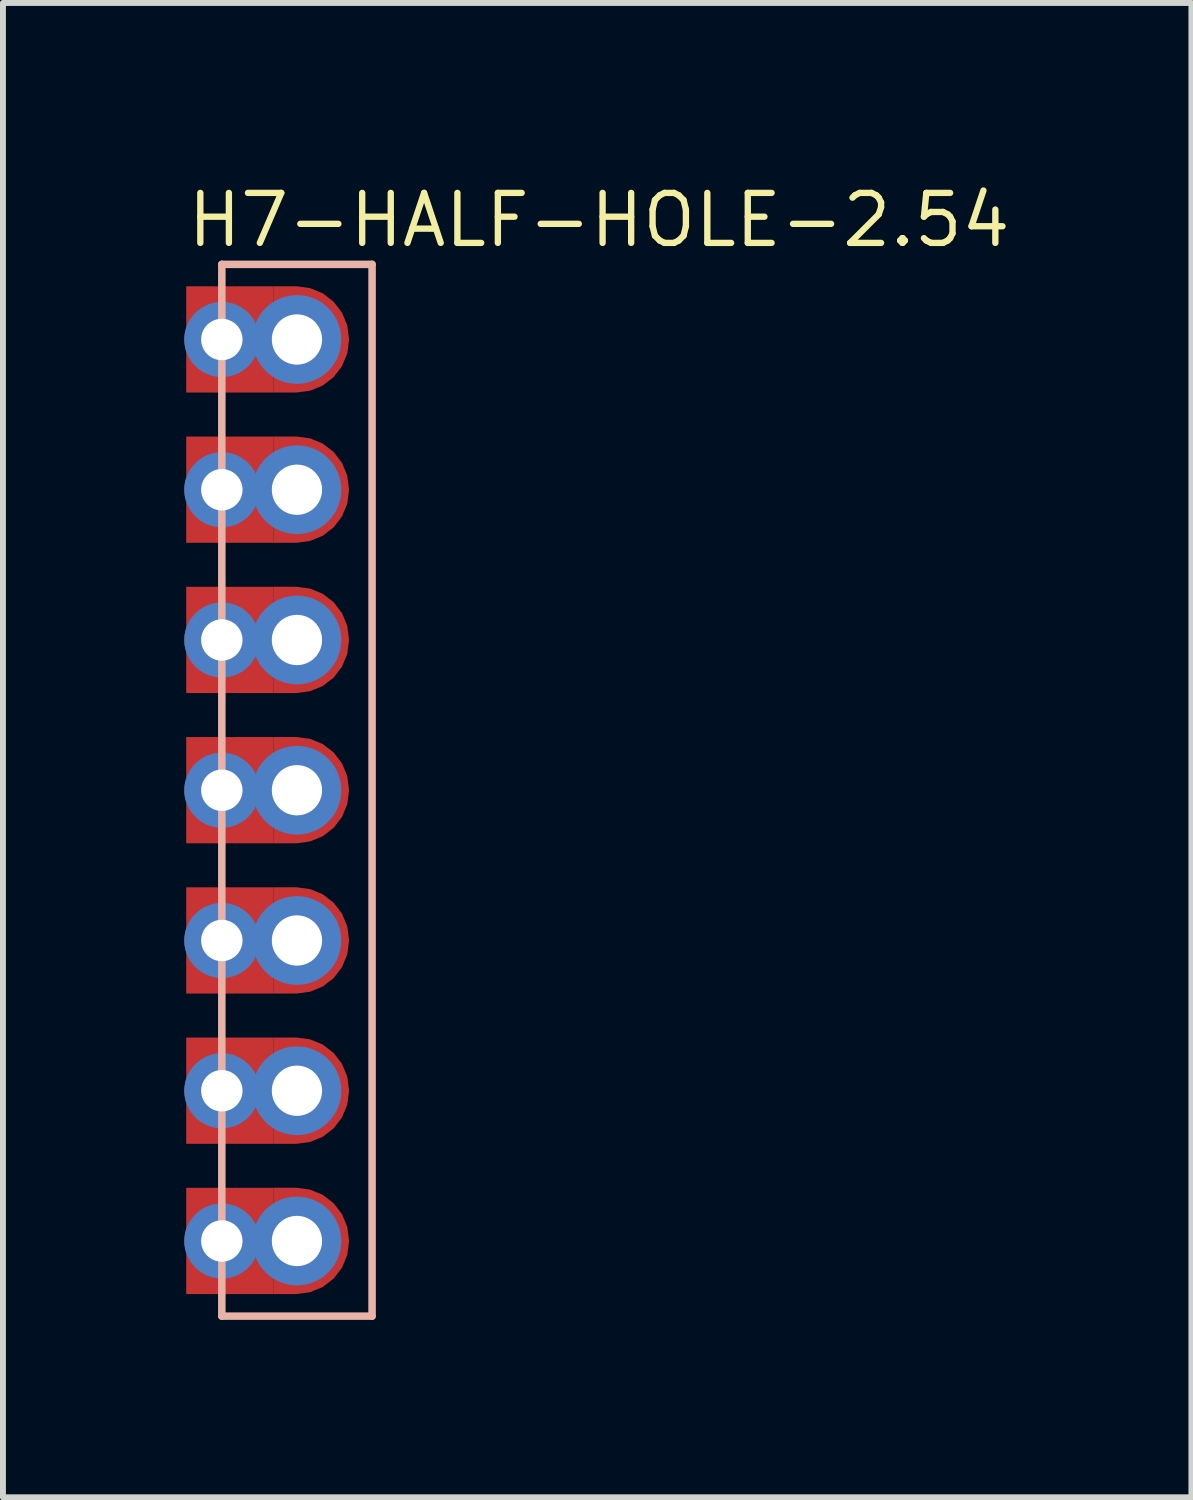
<source format=kicad_pcb>
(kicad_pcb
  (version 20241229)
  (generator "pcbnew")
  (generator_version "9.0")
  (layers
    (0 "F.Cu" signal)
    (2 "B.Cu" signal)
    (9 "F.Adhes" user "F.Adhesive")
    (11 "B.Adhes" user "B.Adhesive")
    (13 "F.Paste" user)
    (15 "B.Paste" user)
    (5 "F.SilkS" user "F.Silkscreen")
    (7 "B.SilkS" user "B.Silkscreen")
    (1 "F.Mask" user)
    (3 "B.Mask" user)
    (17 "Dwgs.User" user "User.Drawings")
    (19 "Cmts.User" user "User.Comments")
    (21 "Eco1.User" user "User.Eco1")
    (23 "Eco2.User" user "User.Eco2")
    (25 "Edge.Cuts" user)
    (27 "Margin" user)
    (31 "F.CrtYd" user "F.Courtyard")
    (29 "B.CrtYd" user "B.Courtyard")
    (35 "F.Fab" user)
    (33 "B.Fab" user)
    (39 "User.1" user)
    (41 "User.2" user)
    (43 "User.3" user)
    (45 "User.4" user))
  (footprint "H7-HALF-HOLE-2.54"
    (layer "F.Cu")
    (at 1.97 10.309)
    (property "Reference" "H7-HALF-HOLE-2.54" (at -1.905 -9.144 0) (layer "F.SilkS") (effects (font (size 0.845 0.845) (thickness 0.107)) (justify left bottom)))
    (attr through_hole)
    (fp_poly (pts (xy -0.391 -8.519) (xy -1.872 -8.519) (xy -1.872 -6.723) (xy -0.392 -6.723) (xy -0.392 -8.519)) (stroke (width 0) (type solid)) (fill yes) (layer "F.Cu"))
    (fp_poly (pts (xy -0.391 -5.979) (xy -1.872 -5.979) (xy -1.872 -4.183) (xy -0.392 -4.183) (xy -0.392 -5.979)) (stroke (width 0) (type solid)) (fill yes) (layer "F.Cu"))
    (fp_poly (pts (xy -0.391 -3.439) (xy -1.872 -3.439) (xy -1.872 -1.643) (xy -0.392 -1.643) (xy -0.392 -3.439)) (stroke (width 0) (type solid)) (fill yes) (layer "F.Cu"))
    (fp_poly (pts (xy -0.391 -0.899) (xy -1.872 -0.899) (xy -1.872 0.897) (xy -0.392 0.897) (xy -0.392 -0.899)) (stroke (width 0) (type solid)) (fill yes) (layer "F.Cu"))
    (fp_poly (pts (xy -0.391 1.641) (xy -1.872 1.641) (xy -1.872 3.437) (xy -0.392 3.437) (xy -0.392 1.641)) (stroke (width 0) (type solid)) (fill yes) (layer "F.Cu"))
    (fp_poly (pts (xy -0.391 4.181) (xy -1.872 4.181) (xy -1.872 5.977) (xy -0.392 5.977) (xy -0.392 4.181)) (stroke (width 0) (type solid)) (fill yes) (layer "F.Cu"))
    (fp_poly (pts (xy -0.391 6.721) (xy -1.872 6.721) (xy -1.872 8.517) (xy -0.392 8.517) (xy -0.392 6.721)) (stroke (width 0) (type solid)) (fill yes) (layer "F.Cu"))
    (fp_poly (pts (xy -0.392 -8.52) (xy -0.009 -8.52) (xy -0.009 -8.52) (xy 0.221 -8.489) (xy 0.436 -8.401) (xy 0.62 -8.259) (xy 0.761 -8.075) (xy 0.85 -7.861) (xy 0.88 -7.631) (xy 0.88 -7.612) (xy 0.85 -7.382) (xy 0.761 -7.168) (xy 0.62 -6.984) (xy 0.436 -6.842) (xy 0.221 -6.754) (xy -0.009 -6.723) (xy -0.392 -6.723) (xy -0.392 -8.518) (xy -0.394 -8.518)) (stroke (width 0) (type solid)) (fill yes) (layer "F.Cu"))
    (fp_poly (pts (xy -0.392 -5.98) (xy -0.009 -5.98) (xy -0.009 -5.98) (xy 0.221 -5.949) (xy 0.436 -5.861) (xy 0.62 -5.719) (xy 0.761 -5.535) (xy 0.85 -5.321) (xy 0.88 -5.091) (xy 0.88 -5.072) (xy 0.85 -4.842) (xy 0.761 -4.628) (xy 0.62 -4.444) (xy 0.436 -4.302) (xy 0.221 -4.214) (xy -0.009 -4.183) (xy -0.392 -4.183) (xy -0.392 -5.978) (xy -0.394 -5.978)) (stroke (width 0) (type solid)) (fill yes) (layer "F.Cu"))
    (fp_poly (pts (xy -0.392 -3.44) (xy -0.009 -3.44) (xy -0.009 -3.44) (xy 0.221 -3.409) (xy 0.436 -3.321) (xy 0.62 -3.179) (xy 0.761 -2.995) (xy 0.85 -2.781) (xy 0.88 -2.551) (xy 0.88 -2.532) (xy 0.85 -2.302) (xy 0.761 -2.088) (xy 0.62 -1.904) (xy 0.436 -1.762) (xy 0.221 -1.674) (xy -0.009 -1.643) (xy -0.392 -1.643) (xy -0.392 -3.438) (xy -0.394 -3.438)) (stroke (width 0) (type solid)) (fill yes) (layer "F.Cu"))
    (fp_poly (pts (xy -0.392 1.64) (xy -0.009 1.64) (xy 0.221 1.671) (xy 0.436 1.759) (xy 0.62 1.901) (xy 0.761 2.085) (xy 0.85 2.299) (xy 0.88 2.529) (xy 0.88 2.548) (xy 0.88 2.548) (xy 0.85 2.778) (xy 0.761 2.992) (xy 0.62 3.176) (xy 0.436 3.318) (xy 0.221 3.406) (xy -0.009 3.437) (xy -0.392 3.437) (xy -0.392 1.642) (xy -0.394 1.642)) (stroke (width 0) (type solid)) (fill yes) (layer "F.Cu"))
    (fp_poly (pts (xy -0.392 4.18) (xy -0.009 4.18) (xy 0.221 4.211) (xy 0.436 4.299) (xy 0.62 4.441) (xy 0.761 4.625) (xy 0.85 4.839) (xy 0.88 5.069) (xy 0.88 5.088) (xy 0.88 5.088) (xy 0.85 5.318) (xy 0.761 5.532) (xy 0.62 5.716) (xy 0.436 5.858) (xy 0.221 5.946) (xy -0.009 5.977) (xy -0.392 5.977) (xy -0.392 4.182) (xy -0.394 4.182)) (stroke (width 0) (type solid)) (fill yes) (layer "F.Cu"))
    (fp_poly (pts (xy -0.392 6.72) (xy -0.009 6.72) (xy 0.221 6.751) (xy 0.436 6.839) (xy 0.62 6.981) (xy 0.761 7.165) (xy 0.85 7.379) (xy 0.88 7.609) (xy 0.88 7.628) (xy 0.88 7.628) (xy 0.85 7.858) (xy 0.761 8.072) (xy 0.62 8.256) (xy 0.436 8.398) (xy 0.221 8.486) (xy -0.009 8.517) (xy -0.392 8.517) (xy -0.392 6.722) (xy -0.394 6.722)) (stroke (width 0) (type solid)) (fill yes) (layer "F.Cu"))
    (fp_poly (pts (xy -0.392 -0.9) (xy -0.009 -0.9) (xy -0.009 -0.9) (xy 0.221 -0.869) (xy 0.436 -0.781) (xy 0.62 -0.639) (xy 0.761 -0.455) (xy 0.85 -0.241) (xy 0.88 -0.011) (xy 0.88 0.008) (xy 0.88 0.008) (xy 0.85 0.238) (xy 0.761 0.452) (xy 0.62 0.636) (xy 0.436 0.778) (xy 0.221 0.866) (xy -0.009 0.897) (xy -0.392 0.897) (xy -0.392 -0.898) (xy -0.394 -0.898)) (stroke (width 0) (type solid)) (fill yes) (layer "F.Cu"))
    (fp_poly (pts (xy -0.436 -8.621) (xy -1.97 -8.621) (xy -1.97 -6.626) (xy -0.435 -6.626) (xy -0.435 -8.618)) (stroke (width 0) (type solid)) (fill yes) (layer "F.Mask"))
    (fp_poly (pts (xy -0.436 -6.081) (xy -1.97 -6.081) (xy -1.97 -4.086) (xy -0.435 -4.086) (xy -0.435 -6.078)) (stroke (width 0) (type solid)) (fill yes) (layer "F.Mask"))
    (fp_poly (pts (xy -0.436 -3.541) (xy -1.97 -3.541) (xy -1.97 -1.546) (xy -0.435 -1.546) (xy -0.435 -3.538)) (stroke (width 0) (type solid)) (fill yes) (layer "F.Mask"))
    (fp_poly (pts (xy -0.436 -1.001) (xy -1.97 -1.001) (xy -1.97 0.994) (xy -0.435 0.994) (xy -0.435 -0.998)) (stroke (width 0) (type solid)) (fill yes) (layer "F.Mask"))
    (fp_poly (pts (xy -0.436 1.539) (xy -1.97 1.539) (xy -1.97 3.534) (xy -0.435 3.534) (xy -0.435 1.542)) (stroke (width 0) (type solid)) (fill yes) (layer "F.Mask"))
    (fp_poly (pts (xy -0.436 4.079) (xy -1.97 4.079) (xy -1.97 6.074) (xy -0.435 6.074) (xy -0.435 4.082)) (stroke (width 0) (type solid)) (fill yes) (layer "F.Mask"))
    (fp_poly (pts (xy -0.436 6.619) (xy -1.97 6.619) (xy -1.97 8.614) (xy -0.435 8.614) (xy -0.435 6.622)) (stroke (width 0) (type solid)) (fill yes) (layer "F.Mask"))
    (fp_poly (pts (xy -0.436 -8.622) (xy 0.093 -8.622) (xy 0.093 -8.622) (xy 0.323 -8.592) (xy 0.537 -8.503) (xy 0.721 -8.362) (xy 0.863 -8.178) (xy 0.951 -7.963) (xy 0.982 -7.733) (xy 0.982 -7.509) (xy 0.982 -7.509) (xy 0.951 -7.279) (xy 0.863 -7.065) (xy 0.721 -6.881) (xy 0.537 -6.74) (xy 0.323 -6.651) (xy 0.093 -6.62) (xy -0.437 -6.62) (xy -0.437 -8.608)) (stroke (width 0) (type solid)) (fill yes) (layer "F.Mask"))
    (fp_poly (pts (xy -0.436 -6.082) (xy 0.093 -6.082) (xy 0.093 -6.082) (xy 0.323 -6.052) (xy 0.537 -5.963) (xy 0.721 -5.822) (xy 0.863 -5.638) (xy 0.951 -5.423) (xy 0.982 -5.193) (xy 0.982 -4.969) (xy 0.982 -4.969) (xy 0.951 -4.739) (xy 0.863 -4.525) (xy 0.721 -4.341) (xy 0.537 -4.2) (xy 0.323 -4.111) (xy 0.093 -4.08) (xy -0.437 -4.08) (xy -0.437 -6.068)) (stroke (width 0) (type solid)) (fill yes) (layer "F.Mask"))
    (fp_poly (pts (xy -0.436 -3.542) (xy 0.093 -3.542) (xy 0.093 -3.542) (xy 0.323 -3.512) (xy 0.537 -3.423) (xy 0.721 -3.282) (xy 0.863 -3.098) (xy 0.951 -2.883) (xy 0.982 -2.653) (xy 0.982 -2.429) (xy 0.982 -2.429) (xy 0.951 -2.199) (xy 0.863 -1.985) (xy 0.721 -1.801) (xy 0.537 -1.66) (xy 0.323 -1.571) (xy 0.093 -1.54) (xy -0.437 -1.54) (xy -0.437 -3.528)) (stroke (width 0) (type solid)) (fill yes) (layer "F.Mask"))
    (fp_poly (pts (xy -0.436 -1.002) (xy 0.093 -1.002) (xy 0.093 -1.002) (xy 0.323 -0.972) (xy 0.537 -0.883) (xy 0.721 -0.742) (xy 0.863 -0.557) (xy 0.951 -0.343) (xy 0.982 -0.113) (xy 0.982 0.111) (xy 0.982 0.111) (xy 0.951 0.341) (xy 0.863 0.555) (xy 0.721 0.739) (xy 0.537 0.88) (xy 0.323 0.969) (xy 0.093 1) (xy -0.437 1) (xy -0.437 -0.988)) (stroke (width 0) (type solid)) (fill yes) (layer "F.Mask"))
    (fp_poly (pts (xy -0.436 1.538) (xy 0.093 1.538) (xy 0.093 1.538) (xy 0.323 1.568) (xy 0.537 1.657) (xy 0.721 1.798) (xy 0.863 1.982) (xy 0.951 2.197) (xy 0.982 2.427) (xy 0.982 2.651) (xy 0.982 2.651) (xy 0.951 2.881) (xy 0.863 3.095) (xy 0.721 3.279) (xy 0.537 3.42) (xy 0.323 3.509) (xy 0.093 3.54) (xy -0.437 3.54) (xy -0.437 1.552)) (stroke (width 0) (type solid)) (fill yes) (layer "F.Mask"))
    (fp_poly (pts (xy -0.436 4.078) (xy 0.093 4.078) (xy 0.093 4.078) (xy 0.323 4.108) (xy 0.537 4.197) (xy 0.721 4.338) (xy 0.863 4.522) (xy 0.951 4.737) (xy 0.982 4.967) (xy 0.982 5.191) (xy 0.982 5.191) (xy 0.951 5.421) (xy 0.863 5.635) (xy 0.721 5.819) (xy 0.537 5.96) (xy 0.323 6.049) (xy 0.093 6.08) (xy -0.437 6.08) (xy -0.437 4.092)) (stroke (width 0) (type solid)) (fill yes) (layer "F.Mask"))
    (fp_poly (pts (xy -0.436 6.618) (xy 0.093 6.618) (xy 0.093 6.618) (xy 0.323 6.648) (xy 0.537 6.737) (xy 0.721 6.878) (xy 0.863 7.062) (xy 0.951 7.277) (xy 0.982 7.507) (xy 0.982 7.731) (xy 0.982 7.731) (xy 0.951 7.961) (xy 0.863 8.175) (xy 0.721 8.359) (xy 0.537 8.5) (xy 0.323 8.589) (xy 0.093 8.62) (xy -0.437 8.62) (xy -0.437 6.632)) (stroke (width 0) (type solid)) (fill yes) (layer "F.Mask"))
    (fp_poly (pts (xy -0.436 -8.621) (xy -1.97 -8.621) (xy -1.97 -6.626) (xy -0.435 -6.626) (xy -0.435 -8.618)) (stroke (width 0) (type solid)) (fill yes) (layer "B.Mask"))
    (fp_poly (pts (xy -0.436 -6.081) (xy -1.97 -6.081) (xy -1.97 -4.086) (xy -0.435 -4.086) (xy -0.435 -6.078)) (stroke (width 0) (type solid)) (fill yes) (layer "B.Mask"))
    (fp_poly (pts (xy -0.436 -3.541) (xy -1.97 -3.541) (xy -1.97 -1.546) (xy -0.435 -1.546) (xy -0.435 -3.538)) (stroke (width 0) (type solid)) (fill yes) (layer "B.Mask"))
    (fp_poly (pts (xy -0.436 -1.001) (xy -1.97 -1.001) (xy -1.97 0.994) (xy -0.435 0.994) (xy -0.435 -0.998)) (stroke (width 0) (type solid)) (fill yes) (layer "B.Mask"))
    (fp_poly (pts (xy -0.436 1.539) (xy -1.97 1.539) (xy -1.97 3.534) (xy -0.435 3.534) (xy -0.435 1.542)) (stroke (width 0) (type solid)) (fill yes) (layer "B.Mask"))
    (fp_poly (pts (xy -0.436 4.079) (xy -1.97 4.079) (xy -1.97 6.074) (xy -0.435 6.074) (xy -0.435 4.082)) (stroke (width 0) (type solid)) (fill yes) (layer "B.Mask"))
    (fp_poly (pts (xy -0.436 6.619) (xy -1.97 6.619) (xy -1.97 8.614) (xy -0.435 8.614) (xy -0.435 6.622)) (stroke (width 0) (type solid)) (fill yes) (layer "B.Mask"))
    (fp_poly (pts (xy -0.436 -8.622) (xy 0.093 -8.622) (xy 0.093 -8.622) (xy 0.323 -8.592) (xy 0.537 -8.503) (xy 0.721 -8.362) (xy 0.863 -8.178) (xy 0.951 -7.963) (xy 0.982 -7.733) (xy 0.982 -7.509) (xy 0.982 -7.509) (xy 0.951 -7.279) (xy 0.863 -7.065) (xy 0.721 -6.881) (xy 0.537 -6.74) (xy 0.323 -6.651) (xy 0.093 -6.62) (xy -0.437 -6.62) (xy -0.437 -8.608)) (stroke (width 0) (type solid)) (fill yes) (layer "B.Mask"))
    (fp_poly (pts (xy -0.436 -6.082) (xy 0.093 -6.082) (xy 0.093 -6.082) (xy 0.323 -6.052) (xy 0.537 -5.963) (xy 0.721 -5.822) (xy 0.863 -5.638) (xy 0.951 -5.423) (xy 0.982 -5.193) (xy 0.982 -4.969) (xy 0.982 -4.969) (xy 0.951 -4.739) (xy 0.863 -4.525) (xy 0.721 -4.341) (xy 0.537 -4.2) (xy 0.323 -4.111) (xy 0.093 -4.08) (xy -0.437 -4.08) (xy -0.437 -6.068)) (stroke (width 0) (type solid)) (fill yes) (layer "B.Mask"))
    (fp_poly (pts (xy -0.436 -3.542) (xy 0.093 -3.542) (xy 0.093 -3.542) (xy 0.323 -3.512) (xy 0.537 -3.423) (xy 0.721 -3.282) (xy 0.863 -3.098) (xy 0.951 -2.883) (xy 0.982 -2.653) (xy 0.982 -2.429) (xy 0.982 -2.429) (xy 0.951 -2.199) (xy 0.863 -1.985) (xy 0.721 -1.801) (xy 0.537 -1.66) (xy 0.323 -1.571) (xy 0.093 -1.54) (xy -0.437 -1.54) (xy -0.437 -3.528)) (stroke (width 0) (type solid)) (fill yes) (layer "B.Mask"))
    (fp_poly (pts (xy -0.436 -1.002) (xy 0.093 -1.002) (xy 0.093 -1.002) (xy 0.323 -0.972) (xy 0.537 -0.883) (xy 0.721 -0.742) (xy 0.863 -0.557) (xy 0.951 -0.343) (xy 0.982 -0.113) (xy 0.982 0.111) (xy 0.982 0.111) (xy 0.951 0.341) (xy 0.863 0.555) (xy 0.721 0.739) (xy 0.537 0.88) (xy 0.323 0.969) (xy 0.093 1) (xy -0.437 1) (xy -0.437 -0.988)) (stroke (width 0) (type solid)) (fill yes) (layer "B.Mask"))
    (fp_poly (pts (xy -0.436 1.538) (xy 0.093 1.538) (xy 0.093 1.538) (xy 0.323 1.568) (xy 0.537 1.657) (xy 0.721 1.798) (xy 0.863 1.982) (xy 0.951 2.197) (xy 0.982 2.427) (xy 0.982 2.651) (xy 0.982 2.651) (xy 0.951 2.881) (xy 0.863 3.095) (xy 0.721 3.279) (xy 0.537 3.42) (xy 0.323 3.509) (xy 0.093 3.54) (xy -0.437 3.54) (xy -0.437 1.552)) (stroke (width 0) (type solid)) (fill yes) (layer "B.Mask"))
    (fp_poly (pts (xy -0.436 4.078) (xy 0.093 4.078) (xy 0.093 4.078) (xy 0.323 4.108) (xy 0.537 4.197) (xy 0.721 4.338) (xy 0.863 4.522) (xy 0.951 4.737) (xy 0.982 4.967) (xy 0.982 5.191) (xy 0.982 5.191) (xy 0.951 5.421) (xy 0.863 5.635) (xy 0.721 5.819) (xy 0.537 5.96) (xy 0.323 6.049) (xy 0.093 6.08) (xy -0.437 6.08) (xy -0.437 4.092)) (stroke (width 0) (type solid)) (fill yes) (layer "B.Mask"))
    (fp_poly (pts (xy -0.436 6.618) (xy 0.093 6.618) (xy 0.093 6.618) (xy 0.323 6.648) (xy 0.537 6.737) (xy 0.721 6.878) (xy 0.863 7.062) (xy 0.951 7.277) (xy 0.982 7.507) (xy 0.982 7.731) (xy 0.982 7.731) (xy 0.951 7.961) (xy 0.863 8.175) (xy 0.721 8.359) (xy 0.537 8.5) (xy 0.323 8.589) (xy 0.093 8.62) (xy -0.437 8.62) (xy -0.437 6.632)) (stroke (width 0) (type solid)) (fill yes) (layer "B.Mask"))
    (fp_poly (pts (xy -0.391 -8.519) (xy -1.872 -8.519) (xy -1.872 -6.723) (xy -0.392 -6.723) (xy -0.392 -8.519)) (stroke (width 0) (type solid)) (fill yes) (layer "In1.Cu"))
    (fp_poly (pts (xy -0.391 -5.979) (xy -1.872 -5.979) (xy -1.872 -4.183) (xy -0.392 -4.183) (xy -0.392 -5.979)) (stroke (width 0) (type solid)) (fill yes) (layer "In1.Cu"))
    (fp_poly (pts (xy -0.391 -3.439) (xy -1.872 -3.439) (xy -1.872 -1.643) (xy -0.392 -1.643) (xy -0.392 -3.439)) (stroke (width 0) (type solid)) (fill yes) (layer "In1.Cu"))
    (fp_poly (pts (xy -0.391 -0.899) (xy -1.872 -0.899) (xy -1.872 0.897) (xy -0.392 0.897) (xy -0.392 -0.899)) (stroke (width 0) (type solid)) (fill yes) (layer "In1.Cu"))
    (fp_poly (pts (xy -0.391 1.641) (xy -1.872 1.641) (xy -1.872 3.437) (xy -0.392 3.437) (xy -0.392 1.641)) (stroke (width 0) (type solid)) (fill yes) (layer "In1.Cu"))
    (fp_poly (pts (xy -0.391 4.181) (xy -1.872 4.181) (xy -1.872 5.977) (xy -0.392 5.977) (xy -0.392 4.181)) (stroke (width 0) (type solid)) (fill yes) (layer "In1.Cu"))
    (fp_poly (pts (xy -0.391 6.721) (xy -1.872 6.721) (xy -1.872 8.517) (xy -0.392 8.517) (xy -0.392 6.721)) (stroke (width 0) (type solid)) (fill yes) (layer "In1.Cu"))
    (fp_poly (pts (xy -0.392 -8.52) (xy -0.009 -8.52) (xy -0.009 -8.52) (xy 0.221 -8.489) (xy 0.436 -8.401) (xy 0.62 -8.259) (xy 0.761 -8.075) (xy 0.85 -7.861) (xy 0.88 -7.631) (xy 0.88 -7.612) (xy 0.85 -7.382) (xy 0.761 -7.168) (xy 0.62 -6.984) (xy 0.436 -6.842) (xy 0.221 -6.754) (xy -0.009 -6.723) (xy -0.392 -6.723) (xy -0.392 -8.518) (xy -0.394 -8.518)) (stroke (width 0) (type solid)) (fill yes) (layer "In1.Cu"))
    (fp_poly (pts (xy -0.392 -5.98) (xy -0.009 -5.98) (xy -0.009 -5.98) (xy 0.221 -5.949) (xy 0.436 -5.861) (xy 0.62 -5.719) (xy 0.761 -5.535) (xy 0.85 -5.321) (xy 0.88 -5.091) (xy 0.88 -5.072) (xy 0.85 -4.842) (xy 0.761 -4.628) (xy 0.62 -4.444) (xy 0.436 -4.302) (xy 0.221 -4.214) (xy -0.009 -4.183) (xy -0.392 -4.183) (xy -0.392 -5.978) (xy -0.394 -5.978)) (stroke (width 0) (type solid)) (fill yes) (layer "In1.Cu"))
    (fp_poly (pts (xy -0.392 -3.44) (xy -0.009 -3.44) (xy -0.009 -3.44) (xy 0.221 -3.409) (xy 0.436 -3.321) (xy 0.62 -3.179) (xy 0.761 -2.995) (xy 0.85 -2.781) (xy 0.88 -2.551) (xy 0.88 -2.532) (xy 0.85 -2.302) (xy 0.761 -2.088) (xy 0.62 -1.904) (xy 0.436 -1.762) (xy 0.221 -1.674) (xy -0.009 -1.643) (xy -0.392 -1.643) (xy -0.392 -3.438) (xy -0.394 -3.438)) (stroke (width 0) (type solid)) (fill yes) (layer "In1.Cu"))
    (fp_poly (pts (xy -0.392 1.64) (xy -0.009 1.64) (xy 0.221 1.671) (xy 0.436 1.759) (xy 0.62 1.901) (xy 0.761 2.085) (xy 0.85 2.299) (xy 0.88 2.529) (xy 0.88 2.548) (xy 0.88 2.548) (xy 0.85 2.778) (xy 0.761 2.992) (xy 0.62 3.176) (xy 0.436 3.318) (xy 0.221 3.406) (xy -0.009 3.437) (xy -0.392 3.437) (xy -0.392 1.642) (xy -0.394 1.642)) (stroke (width 0) (type solid)) (fill yes) (layer "In1.Cu"))
    (fp_poly (pts (xy -0.392 4.18) (xy -0.009 4.18) (xy 0.221 4.211) (xy 0.436 4.299) (xy 0.62 4.441) (xy 0.761 4.625) (xy 0.85 4.839) (xy 0.88 5.069) (xy 0.88 5.088) (xy 0.88 5.088) (xy 0.85 5.318) (xy 0.761 5.532) (xy 0.62 5.716) (xy 0.436 5.858) (xy 0.221 5.946) (xy -0.009 5.977) (xy -0.392 5.977) (xy -0.392 4.182) (xy -0.394 4.182)) (stroke (width 0) (type solid)) (fill yes) (layer "In1.Cu"))
    (fp_poly (pts (xy -0.392 6.72) (xy -0.009 6.72) (xy 0.221 6.751) (xy 0.436 6.839) (xy 0.62 6.981) (xy 0.761 7.165) (xy 0.85 7.379) (xy 0.88 7.609) (xy 0.88 7.628) (xy 0.88 7.628) (xy 0.85 7.858) (xy 0.761 8.072) (xy 0.62 8.256) (xy 0.436 8.398) (xy 0.221 8.486) (xy -0.009 8.517) (xy -0.392 8.517) (xy -0.392 6.722) (xy -0.394 6.722)) (stroke (width 0) (type solid)) (fill yes) (layer "In1.Cu"))
    (fp_poly (pts (xy -0.392 -0.9) (xy -0.009 -0.9) (xy -0.009 -0.9) (xy 0.221 -0.869) (xy 0.436 -0.781) (xy 0.62 -0.639) (xy 0.761 -0.455) (xy 0.85 -0.241) (xy 0.88 -0.011) (xy 0.88 0.008) (xy 0.88 0.008) (xy 0.85 0.238) (xy 0.761 0.452) (xy 0.62 0.636) (xy 0.436 0.778) (xy 0.221 0.866) (xy -0.009 0.897) (xy -0.392 0.897) (xy -0.392 -0.898) (xy -0.394 -0.898)) (stroke (width 0) (type solid)) (fill yes) (layer "In1.Cu"))
    (fp_line (start -1.27 -8.89) (end 1.27 -8.89) (stroke (width 0.127) (type solid)) (layer "B.SilkS"))
    (fp_line (start -1.27 8.89) (end -1.27 -8.89) (stroke (width 0.127) (type solid)) (layer "B.SilkS"))
    (fp_line (start 1.27 -8.89) (end 1.27 8.89) (stroke (width 0.127) (type solid)) (layer "B.SilkS"))
    (fp_line (start 1.27 8.89) (end -1.27 8.89) (stroke (width 0.127) (type solid)) (layer "B.SilkS"))
    (pad "1" thru_hole circle (at 0 -7.62) (size 1.5 1.5) (drill 0.85) (layers "*.Cu" "*.Mask"))
    (pad "2" thru_hole circle (at 0 -5.08) (size 1.5 1.5) (drill 0.85) (layers "*.Cu" "*.Mask"))
    (pad "3" thru_hole circle (at 0 -2.54) (size 1.5 1.5) (drill 0.85) (layers "*.Cu" "*.Mask"))
    (pad "4" thru_hole circle (at 0 0) (size 1.5 1.5) (drill 0.85) (layers "*.Cu" "*.Mask"))
    (pad "5" thru_hole circle (at 0 2.54) (size 1.5 1.5) (drill 0.85) (layers "*.Cu" "*.Mask"))
    (pad "6" thru_hole circle (at 0 5.08) (size 1.5 1.5) (drill 0.85) (layers "*.Cu" "*.Mask"))
    (pad "7" thru_hole circle (at 0 7.62) (size 1.5 1.5) (drill 0.85) (layers "*.Cu" "*.Mask"))
    (pad "13" thru_hole circle (at -1.27 -7.62 270) (size 1.27 1.27) (drill 0.7) (layers "*.Cu" "*.Mask"))
    (pad "14" thru_hole circle (at -1.27 -5.08 270) (size 1.27 1.27) (drill 0.7) (layers "*.Cu" "*.Mask"))
    (pad "15" thru_hole circle (at -1.27 -2.54 270) (size 1.27 1.27) (drill 0.7) (layers "*.Cu" "*.Mask"))
    (pad "16" thru_hole circle (at -1.27 0 270) (size 1.27 1.27) (drill 0.7) (layers "*.Cu" "*.Mask"))
    (pad "17" thru_hole circle (at -1.27 2.54 270) (size 1.27 1.27) (drill 0.7) (layers "*.Cu" "*.Mask"))
    (pad "18" thru_hole circle (at -1.27 5.08 270) (size 1.27 1.27) (drill 0.7) (layers "*.Cu" "*.Mask"))
    (pad "19" thru_hole circle (at -1.27 7.62 270) (size 1.27 1.27) (drill 0.7) (layers "*.Cu" "*.Mask")))
  (gr_rect
    (start -3 -3)
    (end 17.091 22.262)
    (stroke (width 0.1) (type default))
    (fill no)
    (layer "Edge.Cuts")))
</source>
